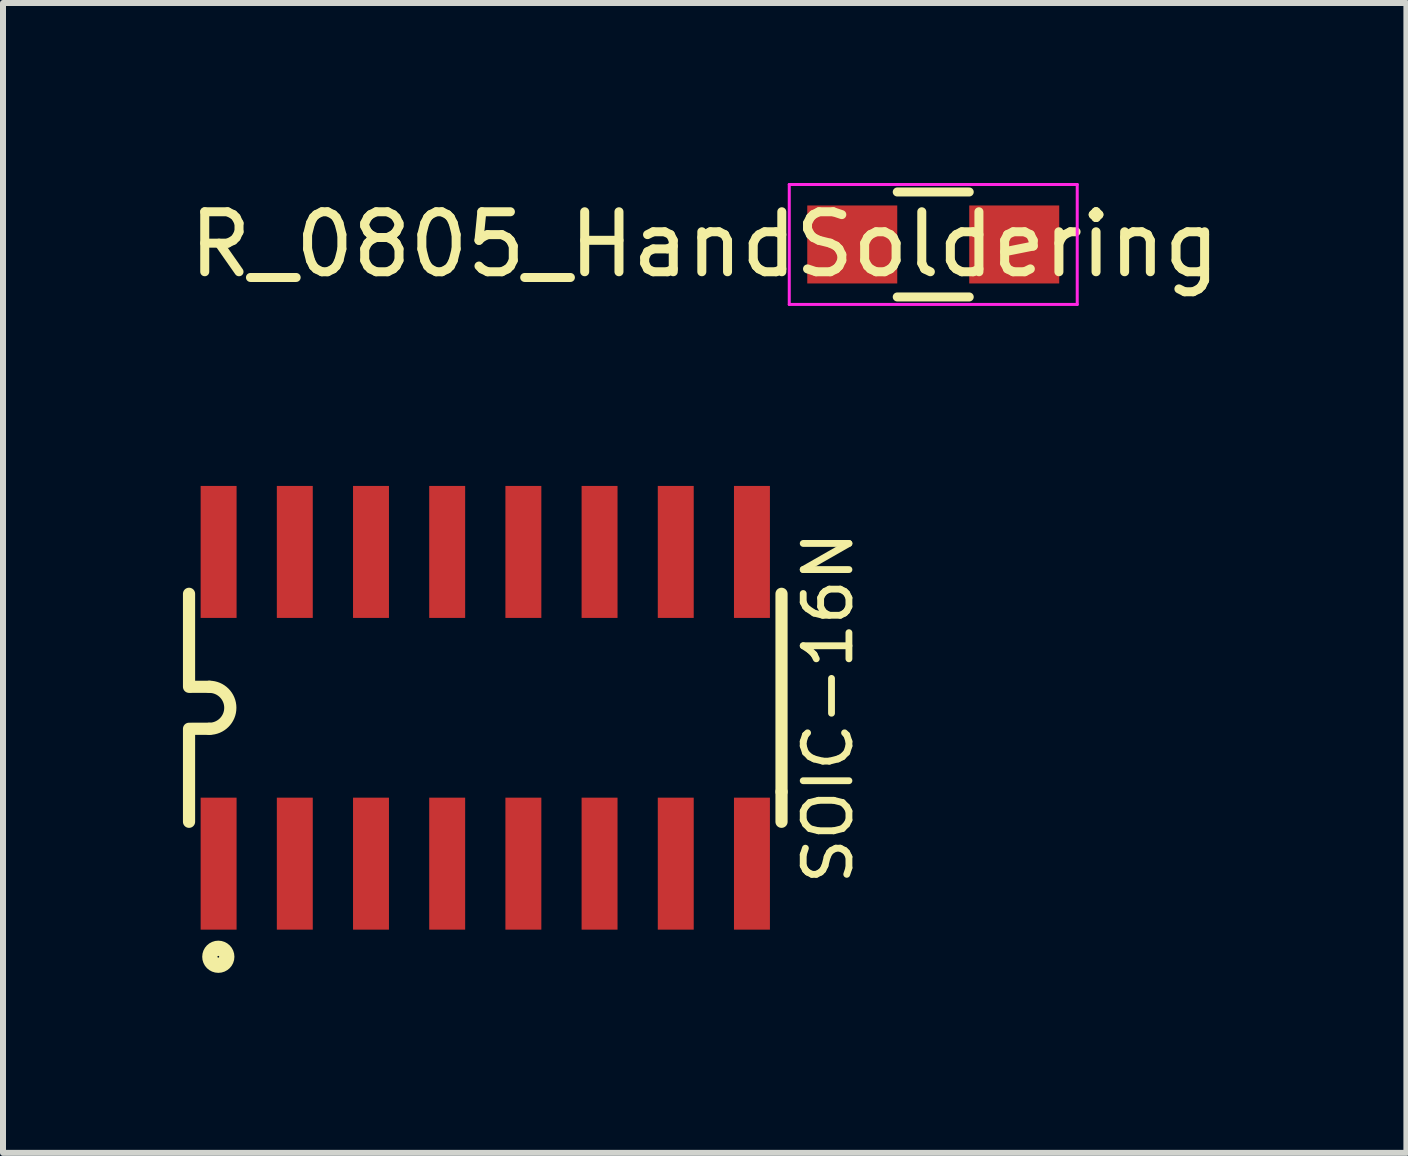
<source format=kicad_pcb>
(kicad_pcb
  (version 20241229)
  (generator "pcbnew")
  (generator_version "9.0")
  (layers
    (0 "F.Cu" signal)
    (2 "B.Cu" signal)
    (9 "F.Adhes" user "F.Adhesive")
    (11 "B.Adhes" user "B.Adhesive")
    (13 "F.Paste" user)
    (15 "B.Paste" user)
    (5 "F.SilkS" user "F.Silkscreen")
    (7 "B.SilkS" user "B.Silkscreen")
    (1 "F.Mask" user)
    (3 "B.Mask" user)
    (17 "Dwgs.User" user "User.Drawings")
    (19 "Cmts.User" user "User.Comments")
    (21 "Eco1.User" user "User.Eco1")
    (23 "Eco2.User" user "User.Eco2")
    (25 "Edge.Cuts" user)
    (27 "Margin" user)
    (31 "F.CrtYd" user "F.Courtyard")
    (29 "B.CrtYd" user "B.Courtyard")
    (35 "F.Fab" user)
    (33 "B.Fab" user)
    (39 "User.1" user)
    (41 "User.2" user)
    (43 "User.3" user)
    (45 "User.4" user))
  (footprint "R_0805_HandSoldering"
    (layer "F.Cu")
    (at 12.506 1.025)
    (property "Reference" "R_0805_HandSoldering" (at -3.81 0 0) (layer "F.SilkS") (effects (font (size 1 1) (thickness 0.15))))
    (attr smd)
    (fp_line (start -0.6 -0.875) (end 0.6 -0.875) (stroke (width 0.15) (type solid)) (layer "F.SilkS"))
    (fp_line (start 0.6 0.875) (end -0.6 0.875) (stroke (width 0.15) (type solid)) (layer "F.SilkS"))
    (fp_line (start -2.4 -1) (end -2.4 1) (stroke (width 0.05) (type solid)) (layer "F.CrtYd"))
    (fp_line (start -2.4 -1) (end 2.4 -1) (stroke (width 0.05) (type solid)) (layer "F.CrtYd"))
    (fp_line (start -2.4 1) (end 2.4 1) (stroke (width 0.05) (type solid)) (layer "F.CrtYd"))
    (fp_line (start 2.4 -1) (end 2.4 1) (stroke (width 0.05) (type solid)) (layer "F.CrtYd"))
    (pad "1" smd rect (at -1.35 0) (size 1.5 1.3) (layers "F.Cu" "F.Mask" "F.Paste"))
    (pad "2" smd rect (at 1.35 0) (size 1.5 1.3) (layers "F.Cu" "F.Mask" "F.Paste")))
  (footprint "SOIC-16N"
    (layer "F.Cu")
    (at 5.039 8.748)
    (property "Reference" "SOIC-16N" (at 5.715 0 90) (layer "F.SilkS") (effects (font (size 0.762 0.762) (thickness 0.114))))
    (attr smd)
    (fp_line (start -4.938 -0.35) (end -4.938 -1.9) (stroke (width 0.203) (type solid)) (layer "F.SilkS"))
    (fp_line (start -4.938 1.9) (end -4.938 0.35) (stroke (width 0.203) (type solid)) (layer "F.SilkS"))
    (fp_line (start -4.6 -0.35) (end -4.9 -0.35) (stroke (width 0.203) (type solid)) (layer "F.SilkS"))
    (fp_line (start -4.6 0.35) (end -4.9 0.35) (stroke (width 0.203) (type solid)) (layer "F.SilkS"))
    (fp_line (start 4.938 -1.9) (end 4.938 1.4) (stroke (width 0.203) (type solid)) (layer "F.SilkS"))
    (fp_line (start 4.938 1.4) (end 4.938 1.9) (stroke (width 0.203) (type solid)) (layer "F.SilkS"))
    (fp_arc (start -4.6 -0.35) (mid -4.25 0) (end -4.6 0.35) (stroke (width 0.2032) (type solid)) (layer "F.SilkS"))
    (fp_circle (center -4.45 4.15) (end -4.35 4.05) (stroke (width 0.254) (type solid)) (fill no) (layer "F.SilkS"))
    (pad "1" smd rect (at -4.445 2.598) (size 0.599 2.2) (layers "F.Cu" "F.Mask" "F.Paste"))
    (pad "2" smd rect (at -3.175 2.598) (size 0.599 2.2) (layers "F.Cu" "F.Mask" "F.Paste"))
    (pad "3" smd rect (at -1.905 2.598) (size 0.599 2.2) (layers "F.Cu" "F.Mask" "F.Paste"))
    (pad "4" smd rect (at -0.635 2.598) (size 0.599 2.2) (layers "F.Cu" "F.Mask" "F.Paste"))
    (pad "5" smd rect (at 0.635 2.598) (size 0.599 2.2) (layers "F.Cu" "F.Mask" "F.Paste"))
    (pad "6" smd rect (at 1.905 2.598) (size 0.599 2.2) (layers "F.Cu" "F.Mask" "F.Paste"))
    (pad "7" smd rect (at 3.175 2.598) (size 0.599 2.2) (layers "F.Cu" "F.Mask" "F.Paste"))
    (pad "8" smd rect (at 4.445 2.598) (size 0.599 2.2) (layers "F.Cu" "F.Mask" "F.Paste"))
    (pad "9" smd rect (at 4.445 -2.598) (size 0.599 2.2) (layers "F.Cu" "F.Mask" "F.Paste"))
    (pad "10" smd rect (at 3.175 -2.598) (size 0.599 2.2) (layers "F.Cu" "F.Mask" "F.Paste"))
    (pad "11" smd rect (at 1.905 -2.598) (size 0.599 2.2) (layers "F.Cu" "F.Mask" "F.Paste"))
    (pad "12" smd rect (at 0.635 -2.598) (size 0.599 2.2) (layers "F.Cu" "F.Mask" "F.Paste"))
    (pad "13" smd rect (at -0.635 -2.598) (size 0.599 2.2) (layers "F.Cu" "F.Mask" "F.Paste"))
    (pad "14" smd rect (at -1.905 -2.598) (size 0.599 2.2) (layers "F.Cu" "F.Mask" "F.Paste"))
    (pad "15" smd rect (at -3.175 -2.598) (size 0.599 2.2) (layers "F.Cu" "F.Mask" "F.Paste"))
    (pad "16" smd rect (at -4.445 -2.598) (size 0.599 2.2) (layers "F.Cu" "F.Mask" "F.Paste")))
  (gr_rect
    (start -3 -3)
    (end 20.393 16.167)
    (stroke (width 0.1) (type default))
    (fill no)
    (layer "Edge.Cuts")))
</source>
